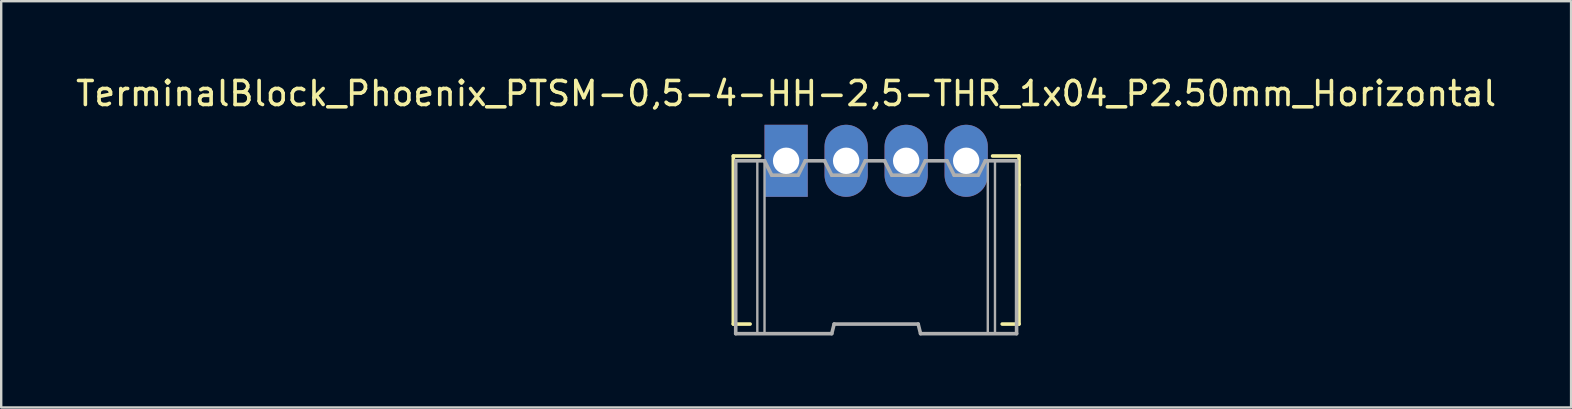
<source format=kicad_pcb>
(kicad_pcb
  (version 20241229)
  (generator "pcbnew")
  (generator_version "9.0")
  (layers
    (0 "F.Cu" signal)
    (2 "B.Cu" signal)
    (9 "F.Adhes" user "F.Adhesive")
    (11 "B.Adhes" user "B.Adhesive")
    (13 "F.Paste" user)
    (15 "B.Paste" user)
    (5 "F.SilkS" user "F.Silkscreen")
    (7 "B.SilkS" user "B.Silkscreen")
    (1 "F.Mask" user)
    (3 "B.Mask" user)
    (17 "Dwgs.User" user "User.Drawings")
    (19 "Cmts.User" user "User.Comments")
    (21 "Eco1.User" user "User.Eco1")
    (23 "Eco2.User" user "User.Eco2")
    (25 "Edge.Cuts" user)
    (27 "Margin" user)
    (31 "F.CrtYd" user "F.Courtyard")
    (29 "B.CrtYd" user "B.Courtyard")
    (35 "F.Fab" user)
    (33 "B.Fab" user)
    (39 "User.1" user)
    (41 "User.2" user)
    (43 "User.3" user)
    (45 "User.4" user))
  (footprint "TerminalBlock_Phoenix_PTSM-0,5-4-HH-2,5-THR_1x04_P2.50mm_Horizontal"
    (layer "F.Cu")
    (at 29.696 3.648)
    (property "Reference" "TerminalBlock_Phoenix_PTSM-0,5-4-HH-2,5-THR_1x04_P2.50mm_Horizontal" (at 0 -2.8 0) (layer "F.SilkS") (effects (font (size 1 1) (thickness 0.15))))
    (attr through_hole)
    (fp_line (start -2.2 6.8) (end -2.2 -0.2) (stroke (width 0.15) (type solid)) (layer "F.SilkS"))
    (fp_line (start -2.2 6.8) (end -1.5 6.8) (stroke (width 0.15) (type solid)) (layer "F.SilkS"))
    (fp_line (start -1.1 -0.2) (end -2.2 -0.2) (stroke (width 0.15) (type solid)) (layer "F.SilkS"))
    (fp_line (start 8.6 -0.2) (end 9.7 -0.2) (stroke (width 0.15) (type solid)) (layer "F.SilkS"))
    (fp_line (start 9.7 -0.2) (end 9.7 1) (stroke (width 0.15) (type solid)) (layer "F.SilkS"))
    (fp_line (start 9.7 6.8) (end 9 6.8) (stroke (width 0.15) (type solid)) (layer "F.SilkS"))
    (fp_line (start 9.7 6.8) (end 9.7 1) (stroke (width 0.15) (type solid)) (layer "F.SilkS"))
    (fp_line (start -2.1 0) (end -2.1 7.2) (stroke (width 0.15) (type solid)) (layer "F.Fab"))
    (fp_line (start -2.1 0) (end -0.9 0) (stroke (width 0.15) (type solid)) (layer "F.Fab"))
    (fp_line (start -2.1 7.2) (end 1.9 7.2) (stroke (width 0.15) (type solid)) (layer "F.Fab"))
    (fp_line (start -1.2 0) (end -1.2 7.2) (stroke (width 0.1) (type solid)) (layer "F.Fab"))
    (fp_line (start -0.9 0) (end -0.9 7.2) (stroke (width 0.1) (type solid)) (layer "F.Fab"))
    (fp_line (start -0.9 0) (end -0.6 0.6) (stroke (width 0.15) (type solid)) (layer "F.Fab"))
    (fp_line (start -0.6 0.6) (end 0.5 0.6) (stroke (width 0.15) (type solid)) (layer "F.Fab"))
    (fp_line (start 0.5 0.6) (end 0.8 0) (stroke (width 0.15) (type solid)) (layer "F.Fab"))
    (fp_line (start 0.8 0) (end 1.6 0) (stroke (width 0.15) (type solid)) (layer "F.Fab"))
    (fp_line (start 1.6 0) (end 1.9 0.6) (stroke (width 0.15) (type solid)) (layer "F.Fab"))
    (fp_line (start 1.9 0.6) (end 2.9 0.6) (stroke (width 0.15) (type solid)) (layer "F.Fab"))
    (fp_line (start 1.9 7.2) (end 2 6.8) (stroke (width 0.15) (type solid)) (layer "F.Fab"))
    (fp_line (start 2 6.8) (end 5.5 6.8) (stroke (width 0.15) (type solid)) (layer "F.Fab"))
    (fp_line (start 2.9 0.6) (end 3 0.6) (stroke (width 0.15) (type solid)) (layer "F.Fab"))
    (fp_line (start 3 0.6) (end 3.3 0) (stroke (width 0.15) (type solid)) (layer "F.Fab"))
    (fp_line (start 3.3 0) (end 4.1 0) (stroke (width 0.15) (type solid)) (layer "F.Fab"))
    (fp_line (start 4.1 0) (end 4.4 0.6) (stroke (width 0.15) (type solid)) (layer "F.Fab"))
    (fp_line (start 4.4 0.6) (end 5.5 0.6) (stroke (width 0.15) (type solid)) (layer "F.Fab"))
    (fp_line (start 5.5 0.6) (end 5.8 0) (stroke (width 0.15) (type solid)) (layer "F.Fab"))
    (fp_line (start 5.5 6.8) (end 5.6 7.2) (stroke (width 0.15) (type solid)) (layer "F.Fab"))
    (fp_line (start 5.6 7.2) (end 9.6 7.2) (stroke (width 0.15) (type solid)) (layer "F.Fab"))
    (fp_line (start 5.8 0) (end 6.7 0) (stroke (width 0.15) (type solid)) (layer "F.Fab"))
    (fp_line (start 6.7 0) (end 7 0.6) (stroke (width 0.15) (type solid)) (layer "F.Fab"))
    (fp_line (start 7 0.6) (end 8 0.6) (stroke (width 0.15) (type solid)) (layer "F.Fab"))
    (fp_line (start 8 0.6) (end 8.3 0) (stroke (width 0.15) (type solid)) (layer "F.Fab"))
    (fp_line (start 8.3 0) (end 9.6 0) (stroke (width 0.15) (type solid)) (layer "F.Fab"))
    (fp_line (start 8.4 0) (end 8.4 7.2) (stroke (width 0.1) (type solid)) (layer "F.Fab"))
    (fp_line (start 8.7 0) (end 8.7 7.2) (stroke (width 0.1) (type solid)) (layer "F.Fab"))
    (fp_line (start 9.6 7.2) (end 9.6 0) (stroke (width 0.15) (type solid)) (layer "F.Fab"))
    (pad "1" thru_hole rect (at 0 0) (size 1.8 3) (drill 1.1) (layers "*.Cu" "*.Mask"))
    (pad "2" thru_hole oval (at 2.5 0) (size 1.8 3) (drill 1.1) (layers "*.Cu" "*.Mask"))
    (pad "3" thru_hole oval (at 5 0) (size 1.8 3) (drill 1.1) (layers "*.Cu" "*.Mask"))
    (pad "4" thru_hole oval (at 7.5 0) (size 1.8 3) (drill 1.1) (layers "*.Cu" "*.Mask")))
  (gr_rect
    (start -3 -3)
    (end 62.393 13.923)
    (stroke (width 0.1) (type default))
    (fill no)
    (layer "Edge.Cuts")))
</source>
